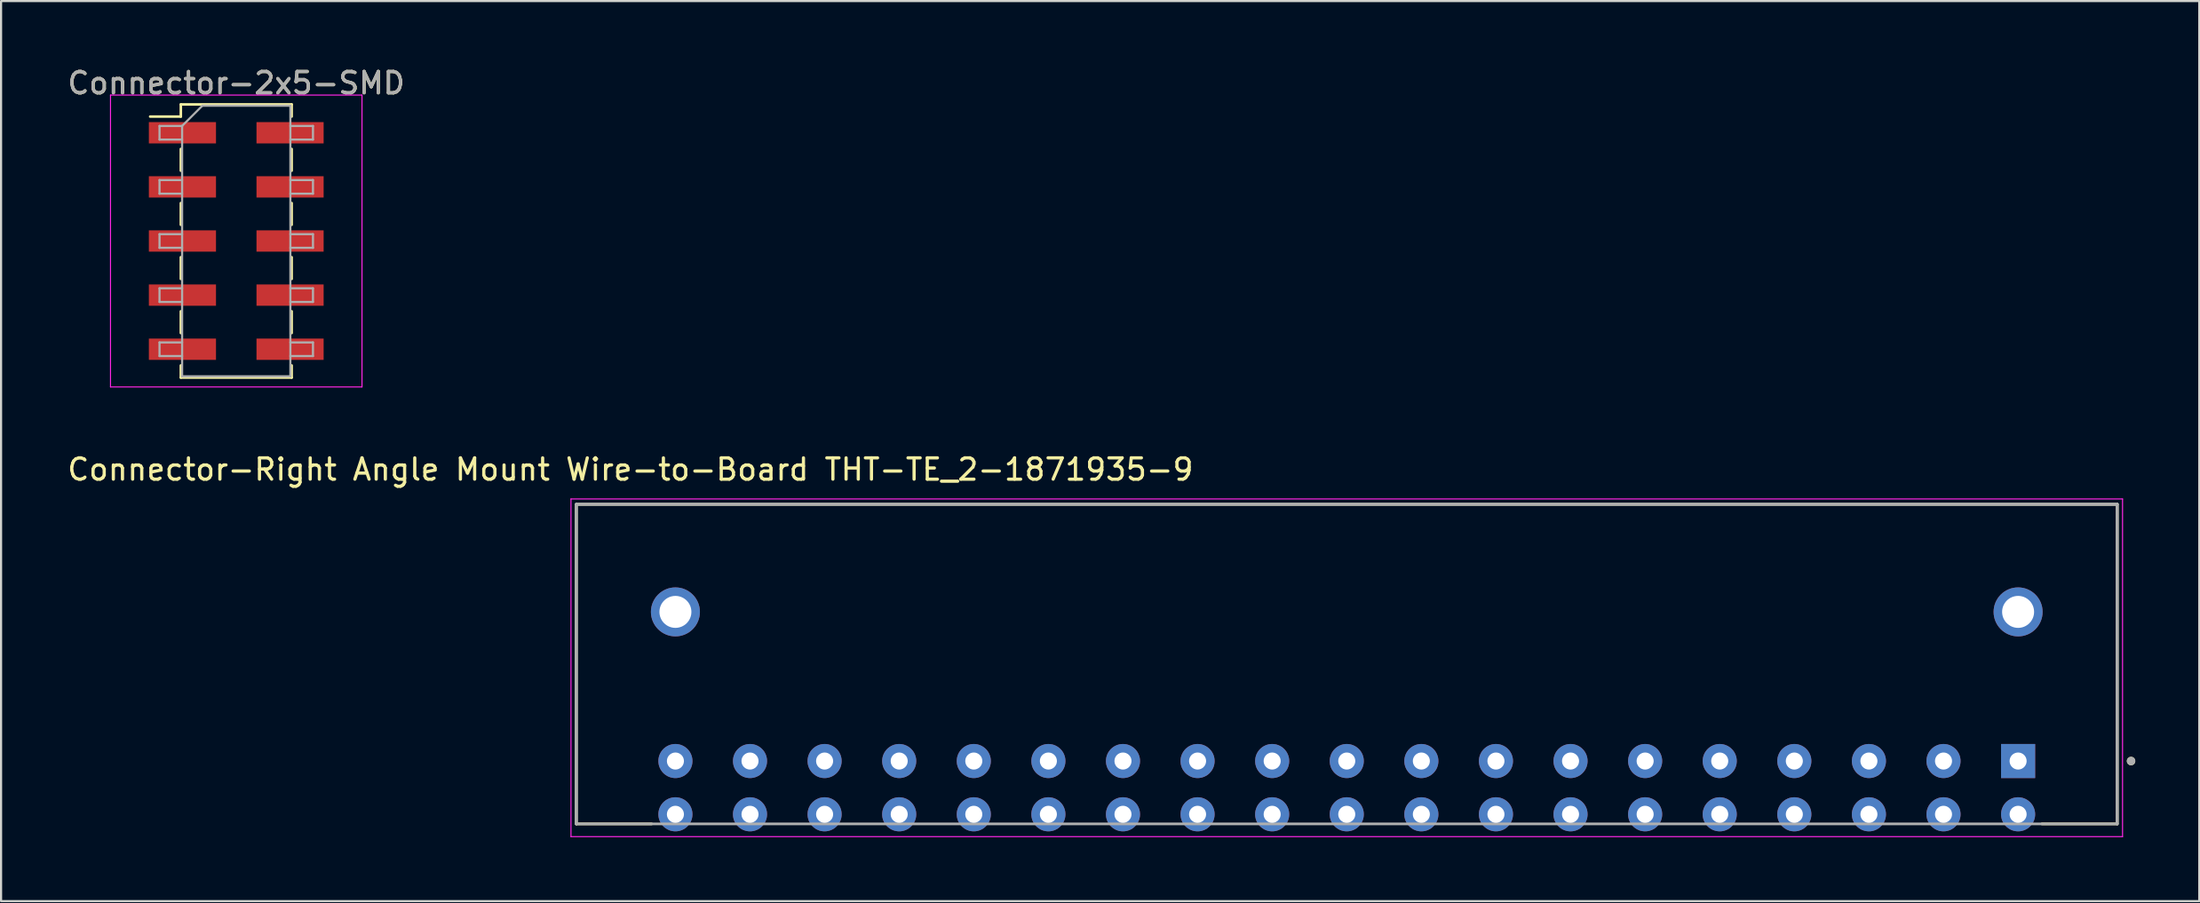
<source format=kicad_pcb>
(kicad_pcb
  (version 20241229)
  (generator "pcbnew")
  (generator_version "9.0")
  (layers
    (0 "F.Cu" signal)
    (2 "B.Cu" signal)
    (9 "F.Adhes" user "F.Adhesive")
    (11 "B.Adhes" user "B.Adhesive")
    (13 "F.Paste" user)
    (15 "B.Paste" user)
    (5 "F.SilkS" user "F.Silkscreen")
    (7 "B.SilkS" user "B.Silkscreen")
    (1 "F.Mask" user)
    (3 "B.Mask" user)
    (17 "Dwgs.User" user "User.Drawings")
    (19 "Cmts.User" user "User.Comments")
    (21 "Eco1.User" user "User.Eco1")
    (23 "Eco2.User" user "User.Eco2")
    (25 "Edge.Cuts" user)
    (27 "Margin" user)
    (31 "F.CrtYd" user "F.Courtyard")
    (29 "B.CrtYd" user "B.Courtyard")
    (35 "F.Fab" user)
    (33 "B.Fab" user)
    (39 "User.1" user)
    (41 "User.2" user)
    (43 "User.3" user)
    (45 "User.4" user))
  (footprint "Connector-Right Angle Mount Wire-to-Board THT-TE_2-1871935-9"
    (layer "F.Cu")
    (at 91.641 32.669)
    (property "Reference" "Connector-Right Angle Mount Wire-to-Board THT-TE_2-1871935-9" (at -65.111 -13.685 0) (layer "F.SilkS") (effects (font (size 1 1) (thickness 0.15))))
    (attr through_hole)
    (fp_line (start -67.65 -12.05) (end 4.65 -12.05) (stroke (width 0.127) (type solid)) (layer "F.SilkS"))
    (fp_line (start -67.65 2.95) (end -67.65 -12.05) (stroke (width 0.127) (type solid)) (layer "F.SilkS"))
    (fp_line (start -64.12 2.95) (end -67.65 2.95) (stroke (width 0.127) (type solid)) (layer "F.SilkS"))
    (fp_line (start 1.12 2.95) (end 4.65 2.95) (stroke (width 0.127) (type solid)) (layer "F.SilkS"))
    (fp_line (start 4.65 -12.05) (end 4.65 2.95) (stroke (width 0.127) (type solid)) (layer "F.SilkS"))
    (fp_circle (center 5.3 0) (end 5.4 0) (stroke (width 0.2) (type solid)) (fill no) (layer "F.SilkS"))
    (fp_line (start -67.9 -12.3) (end 4.9 -12.3) (stroke (width 0.05) (type solid)) (layer "F.CrtYd"))
    (fp_line (start -67.9 3.55) (end -67.9 -12.3) (stroke (width 0.05) (type solid)) (layer "F.CrtYd"))
    (fp_line (start 4.9 -12.3) (end 4.9 3.55) (stroke (width 0.05) (type solid)) (layer "F.CrtYd"))
    (fp_line (start 4.9 3.55) (end -67.9 3.55) (stroke (width 0.05) (type solid)) (layer "F.CrtYd"))
    (fp_line (start -67.65 -12.05) (end 4.65 -12.05) (stroke (width 0.127) (type solid)) (layer "F.Fab"))
    (fp_line (start -67.65 -12.05) (end 4.65 -12.05) (stroke (width 0.127) (type solid)) (layer "F.Fab"))
    (fp_line (start -67.65 2.95) (end -67.65 -12.05) (stroke (width 0.127) (type solid)) (layer "F.Fab"))
    (fp_line (start -67.65 2.95) (end -67.65 -12.05) (stroke (width 0.127) (type solid)) (layer "F.Fab"))
    (fp_line (start 4.65 -12.05) (end 4.65 2.95) (stroke (width 0.127) (type solid)) (layer "F.Fab"))
    (fp_line (start 4.65 -12.05) (end 4.65 2.95) (stroke (width 0.127) (type solid)) (layer "F.Fab"))
    (fp_line (start 4.65 2.95) (end -67.65 2.95) (stroke (width 0.127) (type solid)) (layer "F.Fab"))
    (fp_circle (center 5.3 0) (end 5.4 0) (stroke (width 0.2) (type solid)) (fill no) (layer "F.Fab"))
    (pad "A1" thru_hole rect (at 0 0) (size 1.6 1.6) (drill 0.8) (layers "*.Cu" "*.Mask"))
    (pad "A2" thru_hole circle (at -3.5 0) (size 1.6 1.6) (drill 0.8) (layers "*.Cu" "*.Mask"))
    (pad "A3" thru_hole circle (at -7 0) (size 1.6 1.6) (drill 0.8) (layers "*.Cu" "*.Mask"))
    (pad "A4" thru_hole circle (at -10.5 0) (size 1.6 1.6) (drill 0.8) (layers "*.Cu" "*.Mask"))
    (pad "A5" thru_hole circle (at -14 0) (size 1.6 1.6) (drill 0.8) (layers "*.Cu" "*.Mask"))
    (pad "A6" thru_hole circle (at -17.5 0) (size 1.6 1.6) (drill 0.8) (layers "*.Cu" "*.Mask"))
    (pad "A7" thru_hole circle (at -21 0) (size 1.6 1.6) (drill 0.8) (layers "*.Cu" "*.Mask"))
    (pad "A8" thru_hole circle (at -24.5 0) (size 1.6 1.6) (drill 0.8) (layers "*.Cu" "*.Mask"))
    (pad "A9" thru_hole circle (at -28 0) (size 1.6 1.6) (drill 0.8) (layers "*.Cu" "*.Mask"))
    (pad "A10" thru_hole circle (at -31.5 0) (size 1.6 1.6) (drill 0.8) (layers "*.Cu" "*.Mask"))
    (pad "A11" thru_hole circle (at -35 0) (size 1.6 1.6) (drill 0.8) (layers "*.Cu" "*.Mask"))
    (pad "A12" thru_hole circle (at -38.5 0) (size 1.6 1.6) (drill 0.8) (layers "*.Cu" "*.Mask"))
    (pad "A13" thru_hole circle (at -42 0) (size 1.6 1.6) (drill 0.8) (layers "*.Cu" "*.Mask"))
    (pad "A14" thru_hole circle (at -45.5 0) (size 1.6 1.6) (drill 0.8) (layers "*.Cu" "*.Mask"))
    (pad "A15" thru_hole circle (at -49 0) (size 1.6 1.6) (drill 0.8) (layers "*.Cu" "*.Mask"))
    (pad "A16" thru_hole circle (at -52.5 0) (size 1.6 1.6) (drill 0.8) (layers "*.Cu" "*.Mask"))
    (pad "A17" thru_hole circle (at -56 0) (size 1.6 1.6) (drill 0.8) (layers "*.Cu" "*.Mask"))
    (pad "A18" thru_hole circle (at -59.5 0) (size 1.6 1.6) (drill 0.8) (layers "*.Cu" "*.Mask"))
    (pad "A19" thru_hole circle (at -63 0) (size 1.6 1.6) (drill 0.8) (layers "*.Cu" "*.Mask"))
    (pad "B1" thru_hole circle (at 0 2.5) (size 1.6 1.6) (drill 0.8) (layers "*.Cu" "*.Mask"))
    (pad "B2" thru_hole circle (at -3.5 2.5) (size 1.6 1.6) (drill 0.8) (layers "*.Cu" "*.Mask"))
    (pad "B3" thru_hole circle (at -7 2.5) (size 1.6 1.6) (drill 0.8) (layers "*.Cu" "*.Mask"))
    (pad "B4" thru_hole circle (at -10.5 2.5) (size 1.6 1.6) (drill 0.8) (layers "*.Cu" "*.Mask"))
    (pad "B5" thru_hole circle (at -14 2.5) (size 1.6 1.6) (drill 0.8) (layers "*.Cu" "*.Mask"))
    (pad "B6" thru_hole circle (at -17.5 2.5) (size 1.6 1.6) (drill 0.8) (layers "*.Cu" "*.Mask"))
    (pad "B7" thru_hole circle (at -21 2.5) (size 1.6 1.6) (drill 0.8) (layers "*.Cu" "*.Mask"))
    (pad "B8" thru_hole circle (at -24.5 2.5) (size 1.6 1.6) (drill 0.8) (layers "*.Cu" "*.Mask"))
    (pad "B9" thru_hole circle (at -28 2.5) (size 1.6 1.6) (drill 0.8) (layers "*.Cu" "*.Mask"))
    (pad "B10" thru_hole circle (at -31.5 2.5) (size 1.6 1.6) (drill 0.8) (layers "*.Cu" "*.Mask"))
    (pad "B11" thru_hole circle (at -35 2.5) (size 1.6 1.6) (drill 0.8) (layers "*.Cu" "*.Mask"))
    (pad "B12" thru_hole circle (at -38.5 2.5) (size 1.6 1.6) (drill 0.8) (layers "*.Cu" "*.Mask"))
    (pad "B13" thru_hole circle (at -42 2.5) (size 1.6 1.6) (drill 0.8) (layers "*.Cu" "*.Mask"))
    (pad "B14" thru_hole circle (at -45.5 2.5) (size 1.6 1.6) (drill 0.8) (layers "*.Cu" "*.Mask"))
    (pad "B15" thru_hole circle (at -49 2.5) (size 1.6 1.6) (drill 0.8) (layers "*.Cu" "*.Mask"))
    (pad "B16" thru_hole circle (at -52.5 2.5) (size 1.6 1.6) (drill 0.8) (layers "*.Cu" "*.Mask"))
    (pad "B17" thru_hole circle (at -56 2.5) (size 1.6 1.6) (drill 0.8) (layers "*.Cu" "*.Mask"))
    (pad "B18" thru_hole circle (at -59.5 2.5) (size 1.6 1.6) (drill 0.8) (layers "*.Cu" "*.Mask"))
    (pad "B19" thru_hole circle (at -63 2.5) (size 1.6 1.6) (drill 0.8) (layers "*.Cu" "*.Mask"))
    (pad "S1" thru_hole circle (at -63 -7) (size 2.3 2.3) (drill 1.5) (layers "*.Cu" "*.Mask"))
    (pad "S2" thru_hole circle (at 0 -7) (size 2.3 2.3) (drill 1.5) (layers "*.Cu" "*.Mask")))
  (footprint "Connector-2x5-SMD"
    (layer "F.Cu")
    (at 8.035 8.261)
    (property "Reference" "Connector-2x5-SMD" (at 0 -7.41 0) (layer "F.SilkS") (effects (font (size 1 1) (thickness 0.15))))
    (attr smd)
    (fp_line (start -4.04 -5.84) (end -2.6 -5.84) (stroke (width 0.12) (type solid)) (layer "F.SilkS"))
    (fp_line (start -2.6 -6.41) (end -2.6 -5.84) (stroke (width 0.12) (type solid)) (layer "F.SilkS"))
    (fp_line (start -2.6 -6.41) (end 2.6 -6.41) (stroke (width 0.12) (type solid)) (layer "F.SilkS"))
    (fp_line (start -2.6 -4.32) (end -2.6 -3.3) (stroke (width 0.12) (type solid)) (layer "F.SilkS"))
    (fp_line (start -2.6 -1.78) (end -2.6 -0.76) (stroke (width 0.12) (type solid)) (layer "F.SilkS"))
    (fp_line (start -2.6 0.76) (end -2.6 1.78) (stroke (width 0.12) (type solid)) (layer "F.SilkS"))
    (fp_line (start -2.6 3.3) (end -2.6 4.32) (stroke (width 0.12) (type solid)) (layer "F.SilkS"))
    (fp_line (start -2.6 5.84) (end -2.6 6.41) (stroke (width 0.12) (type solid)) (layer "F.SilkS"))
    (fp_line (start -2.6 6.41) (end 2.6 6.41) (stroke (width 0.12) (type solid)) (layer "F.SilkS"))
    (fp_line (start 2.6 -6.41) (end 2.6 -5.84) (stroke (width 0.12) (type solid)) (layer "F.SilkS"))
    (fp_line (start 2.6 -4.32) (end 2.6 -3.3) (stroke (width 0.12) (type solid)) (layer "F.SilkS"))
    (fp_line (start 2.6 -1.78) (end 2.6 -0.76) (stroke (width 0.12) (type solid)) (layer "F.SilkS"))
    (fp_line (start 2.6 0.76) (end 2.6 1.78) (stroke (width 0.12) (type solid)) (layer "F.SilkS"))
    (fp_line (start 2.6 3.3) (end 2.6 4.32) (stroke (width 0.12) (type solid)) (layer "F.SilkS"))
    (fp_line (start 2.6 5.84) (end 2.6 6.41) (stroke (width 0.12) (type solid)) (layer "F.SilkS"))
    (fp_line (start -5.9 -6.85) (end -5.9 6.85) (stroke (width 0.05) (type solid)) (layer "F.CrtYd"))
    (fp_line (start -5.9 6.85) (end 5.9 6.85) (stroke (width 0.05) (type solid)) (layer "F.CrtYd"))
    (fp_line (start 5.9 -6.85) (end -5.9 -6.85) (stroke (width 0.05) (type solid)) (layer "F.CrtYd"))
    (fp_line (start 5.9 6.85) (end 5.9 -6.85) (stroke (width 0.05) (type solid)) (layer "F.CrtYd"))
    (fp_line (start -3.6 -5.4) (end -3.6 -4.76) (stroke (width 0.1) (type solid)) (layer "F.Fab"))
    (fp_line (start -3.6 -4.76) (end -2.54 -4.76) (stroke (width 0.1) (type solid)) (layer "F.Fab"))
    (fp_line (start -3.6 -2.86) (end -3.6 -2.22) (stroke (width 0.1) (type solid)) (layer "F.Fab"))
    (fp_line (start -3.6 -2.22) (end -2.54 -2.22) (stroke (width 0.1) (type solid)) (layer "F.Fab"))
    (fp_line (start -3.6 -0.32) (end -3.6 0.32) (stroke (width 0.1) (type solid)) (layer "F.Fab"))
    (fp_line (start -3.6 0.32) (end -2.54 0.32) (stroke (width 0.1) (type solid)) (layer "F.Fab"))
    (fp_line (start -3.6 2.22) (end -3.6 2.86) (stroke (width 0.1) (type solid)) (layer "F.Fab"))
    (fp_line (start -3.6 2.86) (end -2.54 2.86) (stroke (width 0.1) (type solid)) (layer "F.Fab"))
    (fp_line (start -3.6 4.76) (end -3.6 5.4) (stroke (width 0.1) (type solid)) (layer "F.Fab"))
    (fp_line (start -3.6 5.4) (end -2.54 5.4) (stroke (width 0.1) (type solid)) (layer "F.Fab"))
    (fp_line (start -2.54 -5.4) (end -3.6 -5.4) (stroke (width 0.1) (type solid)) (layer "F.Fab"))
    (fp_line (start -2.54 -5.4) (end -1.59 -6.35) (stroke (width 0.1) (type solid)) (layer "F.Fab"))
    (fp_line (start -2.54 -2.86) (end -3.6 -2.86) (stroke (width 0.1) (type solid)) (layer "F.Fab"))
    (fp_line (start -2.54 -0.32) (end -3.6 -0.32) (stroke (width 0.1) (type solid)) (layer "F.Fab"))
    (fp_line (start -2.54 2.22) (end -3.6 2.22) (stroke (width 0.1) (type solid)) (layer "F.Fab"))
    (fp_line (start -2.54 4.76) (end -3.6 4.76) (stroke (width 0.1) (type solid)) (layer "F.Fab"))
    (fp_line (start -2.54 6.35) (end -2.54 -5.4) (stroke (width 0.1) (type solid)) (layer "F.Fab"))
    (fp_line (start -1.59 -6.35) (end 2.54 -6.35) (stroke (width 0.1) (type solid)) (layer "F.Fab"))
    (fp_line (start 2.54 -6.35) (end 2.54 6.35) (stroke (width 0.1) (type solid)) (layer "F.Fab"))
    (fp_line (start 2.54 -5.4) (end 3.6 -5.4) (stroke (width 0.1) (type solid)) (layer "F.Fab"))
    (fp_line (start 2.54 -2.86) (end 3.6 -2.86) (stroke (width 0.1) (type solid)) (layer "F.Fab"))
    (fp_line (start 2.54 -0.32) (end 3.6 -0.32) (stroke (width 0.1) (type solid)) (layer "F.Fab"))
    (fp_line (start 2.54 2.22) (end 3.6 2.22) (stroke (width 0.1) (type solid)) (layer "F.Fab"))
    (fp_line (start 2.54 4.76) (end 3.6 4.76) (stroke (width 0.1) (type solid)) (layer "F.Fab"))
    (fp_line (start 2.54 6.35) (end -2.54 6.35) (stroke (width 0.1) (type solid)) (layer "F.Fab"))
    (fp_line (start 3.6 -5.4) (end 3.6 -4.76) (stroke (width 0.1) (type solid)) (layer "F.Fab"))
    (fp_line (start 3.6 -4.76) (end 2.54 -4.76) (stroke (width 0.1) (type solid)) (layer "F.Fab"))
    (fp_line (start 3.6 -2.86) (end 3.6 -2.22) (stroke (width 0.1) (type solid)) (layer "F.Fab"))
    (fp_line (start 3.6 -2.22) (end 2.54 -2.22) (stroke (width 0.1) (type solid)) (layer "F.Fab"))
    (fp_line (start 3.6 -0.32) (end 3.6 0.32) (stroke (width 0.1) (type solid)) (layer "F.Fab"))
    (fp_line (start 3.6 0.32) (end 2.54 0.32) (stroke (width 0.1) (type solid)) (layer "F.Fab"))
    (fp_line (start 3.6 2.22) (end 3.6 2.86) (stroke (width 0.1) (type solid)) (layer "F.Fab"))
    (fp_line (start 3.6 2.86) (end 2.54 2.86) (stroke (width 0.1) (type solid)) (layer "F.Fab"))
    (fp_line (start 3.6 4.76) (end 3.6 5.4) (stroke (width 0.1) (type solid)) (layer "F.Fab"))
    (fp_line (start 3.6 5.4) (end 2.54 5.4) (stroke (width 0.1) (type solid)) (layer "F.Fab"))
    (fp_text user "${REFERENCE}" (at -0.005 -7.413 0) (layer "F.Fab") (effects (font (size 1 1) (thickness 0.15))))
    (pad "1" smd rect (at -2.525 -5.08) (size 3.15 1) (layers "F.Cu" "F.Mask" "F.Paste"))
    (pad "2" smd rect (at 2.525 -5.08) (size 3.15 1) (layers "F.Cu" "F.Mask" "F.Paste"))
    (pad "3" smd rect (at -2.525 -2.54) (size 3.15 1) (layers "F.Cu" "F.Mask" "F.Paste"))
    (pad "4" smd rect (at 2.525 -2.54) (size 3.15 1) (layers "F.Cu" "F.Mask" "F.Paste"))
    (pad "5" smd rect (at -2.525 0) (size 3.15 1) (layers "F.Cu" "F.Mask" "F.Paste"))
    (pad "6" smd rect (at 2.525 0) (size 3.15 1) (layers "F.Cu" "F.Mask" "F.Paste"))
    (pad "7" smd rect (at -2.525 2.54) (size 3.15 1) (layers "F.Cu" "F.Mask" "F.Paste"))
    (pad "8" smd rect (at 2.525 2.54) (size 3.15 1) (layers "F.Cu" "F.Mask" "F.Paste"))
    (pad "9" smd rect (at -2.525 5.08) (size 3.15 1) (layers "F.Cu" "F.Mask" "F.Paste"))
    (pad "10" smd rect (at 2.525 5.08) (size 3.15 1) (layers "F.Cu" "F.Mask" "F.Paste")))
  (gr_rect
    (start -3 -3)
    (end 100.141 39.244)
    (stroke (width 0.1) (type default))
    (fill no)
    (layer "Edge.Cuts")))
</source>
